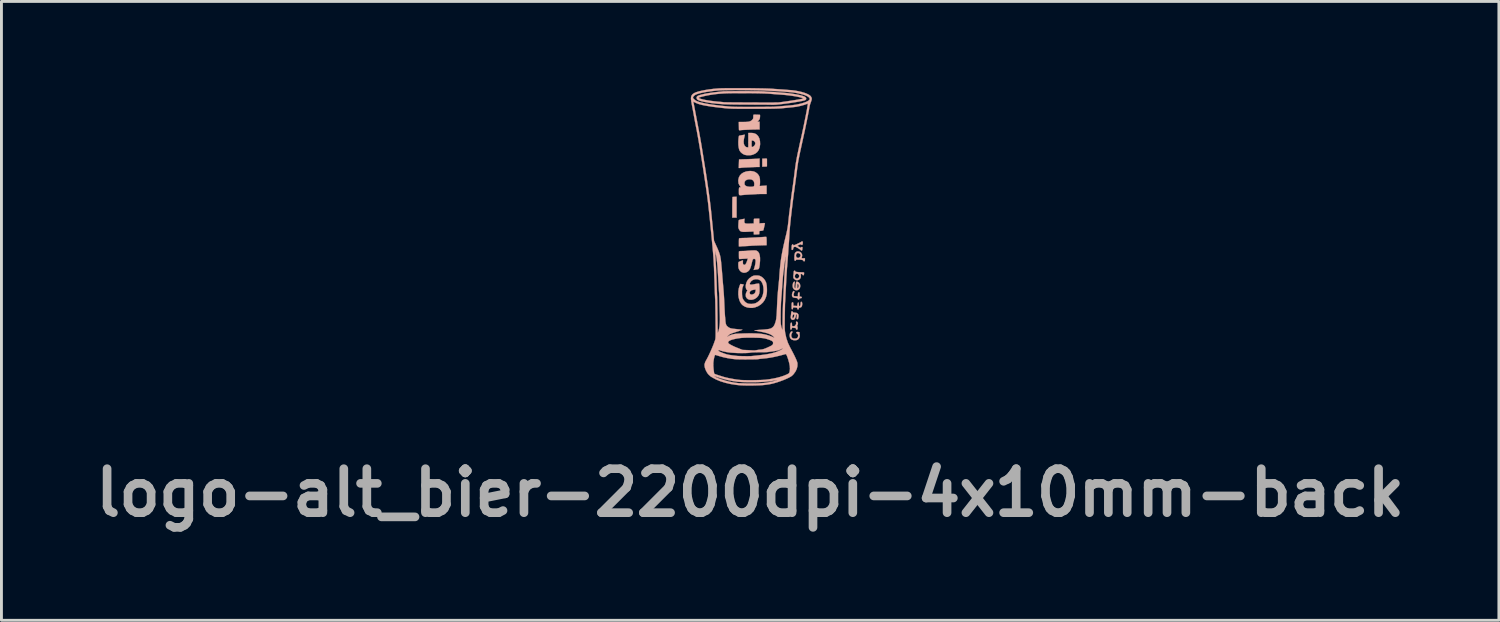
<source format=kicad_pcb>
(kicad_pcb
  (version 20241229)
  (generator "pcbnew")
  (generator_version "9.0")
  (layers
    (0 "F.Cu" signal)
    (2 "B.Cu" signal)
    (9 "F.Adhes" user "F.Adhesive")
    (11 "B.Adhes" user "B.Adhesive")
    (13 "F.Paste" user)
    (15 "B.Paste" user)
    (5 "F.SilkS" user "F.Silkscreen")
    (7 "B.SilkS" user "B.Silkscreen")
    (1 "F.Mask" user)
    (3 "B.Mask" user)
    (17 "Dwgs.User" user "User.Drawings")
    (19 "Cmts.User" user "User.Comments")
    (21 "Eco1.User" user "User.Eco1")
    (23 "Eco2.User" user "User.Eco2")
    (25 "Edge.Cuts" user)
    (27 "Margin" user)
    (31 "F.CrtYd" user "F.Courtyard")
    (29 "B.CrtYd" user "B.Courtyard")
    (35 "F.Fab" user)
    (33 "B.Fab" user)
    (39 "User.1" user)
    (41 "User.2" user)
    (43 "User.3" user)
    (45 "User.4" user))
  (footprint "logo-alt_bier-2200dpi-4x10mm-back"
    (layer "F.Cu")
    (at 22.94 5.148)
    (property "Reference" "logo-alt_bier-2200dpi-4x10mm-back" (at 0 8.875 0) (layer "F.Fab") (effects (font (size 1.524 1.524) (thickness 0.3))))
    (attr through_hole)
    (fp_poly (pts (xy -0.536 -1.379) (xy -0.573 -1.377) (xy -0.601 -1.375) (xy -0.611 -1.375) (xy -0.613 -1.363) (xy -0.615 -1.332) (xy -0.617 -1.283) (xy -0.618 -1.219) (xy -0.619 -1.143) (xy -0.62 -1.058) (xy -0.62 -1.016) (xy -0.62 -0.658) (xy -0.47 -0.658) (xy -0.47 -1.382) (xy -0.536 -1.379)) (stroke (width 0.01) (type solid)) (fill yes) (layer "B.SilkS"))
    (fp_poly (pts (xy 0.5 -2.704) (xy 0.419 -2.7) (xy 0.419 -2.425) (xy 0.5 -2.425) (xy 0.547 -2.426) (xy 0.574 -2.431) (xy 0.581 -2.439) (xy 0.582 -2.462) (xy 0.582 -2.5) (xy 0.582 -2.547) (xy 0.582 -2.595) (xy 0.582 -2.64) (xy 0.582 -2.673) (xy 0.582 -2.69) (xy 0.577 -2.699) (xy 0.561 -2.704) (xy 0.53 -2.705) (xy 0.5 -2.704)) (stroke (width 0.01) (type solid)) (fill yes) (layer "B.SilkS"))
    (fp_poly (pts (xy 0.22 -2.697) (xy 0.175 -2.695) (xy 0.113 -2.692) (xy 0.038 -2.689) (xy -0.043 -2.686) (xy -0.125 -2.683) (xy -0.135 -2.683) (xy -0.208 -2.681) (xy -0.272 -2.679) (xy -0.325 -2.677) (xy -0.363 -2.675) (xy -0.383 -2.675) (xy -0.385 -2.674) (xy -0.386 -2.663) (xy -0.387 -2.633) (xy -0.389 -2.588) (xy -0.391 -2.534) (xy -0.391 -2.526) (xy -0.396 -2.378) (xy -0.359 -2.378) (xy -0.333 -2.38) (xy -0.318 -2.384) (xy -0.318 -2.384) (xy -0.305 -2.386) (xy -0.273 -2.389) (xy -0.227 -2.392) (xy -0.17 -2.395) (xy -0.14 -2.396) (xy -0.074 -2.399) (xy -0.011 -2.402) (xy 0.043 -2.405) (xy 0.082 -2.407) (xy 0.09 -2.407) (xy 0.132 -2.409) (xy 0.185 -2.411) (xy 0.238 -2.412) (xy 0.327 -2.413) (xy 0.327 -2.705) (xy 0.22 -2.697)) (stroke (width 0.01) (type solid)) (fill yes) (layer "B.SilkS"))
    (fp_poly (pts (xy 1.439 3.281) (xy 1.413 3.297) (xy 1.389 3.329) (xy 1.373 3.371) (xy 1.366 3.417) (xy 1.366 3.42) (xy 1.375 3.485) (xy 1.4 3.535) (xy 1.442 3.569) (xy 1.501 3.587) (xy 1.545 3.591) (xy 1.604 3.586) (xy 1.647 3.57) (xy 1.651 3.568) (xy 1.685 3.536) (xy 1.709 3.49) (xy 1.72 3.44) (xy 1.716 3.401) (xy 1.71 3.371) (xy 1.713 3.348) (xy 1.713 3.347) (xy 1.716 3.326) (xy 1.699 3.311) (xy 1.665 3.303) (xy 1.648 3.302) (xy 1.616 3.304) (xy 1.601 3.31) (xy 1.597 3.324) (xy 1.597 3.325) (xy 1.608 3.348) (xy 1.625 3.359) (xy 1.649 3.38) (xy 1.662 3.412) (xy 1.661 3.45) (xy 1.649 3.486) (xy 1.626 3.514) (xy 1.617 3.519) (xy 1.567 3.534) (xy 1.516 3.534) (xy 1.471 3.519) (xy 1.452 3.505) (xy 1.43 3.467) (xy 1.423 3.421) (xy 1.431 3.374) (xy 1.448 3.344) (xy 1.463 3.316) (xy 1.464 3.293) (xy 1.451 3.281) (xy 1.439 3.281)) (stroke (width 0.01) (type solid)) (fill yes) (layer "B.SilkS"))
    (fp_poly (pts (xy 1.49 1.895) (xy 1.472 1.922) (xy 1.457 1.96) (xy 1.449 2.004) (xy 1.448 2.022) (xy 1.453 2.066) (xy 1.472 2.095) (xy 1.508 2.113) (xy 1.563 2.122) (xy 1.566 2.122) (xy 1.607 2.126) (xy 1.631 2.131) (xy 1.642 2.14) (xy 1.646 2.152) (xy 1.656 2.172) (xy 1.674 2.181) (xy 1.692 2.179) (xy 1.701 2.163) (xy 1.701 2.16) (xy 1.706 2.144) (xy 1.725 2.136) (xy 1.744 2.134) (xy 1.774 2.129) (xy 1.786 2.118) (xy 1.788 2.107) (xy 1.782 2.09) (xy 1.76 2.082) (xy 1.75 2.08) (xy 1.713 2.077) (xy 1.713 2.002) (xy 1.712 1.962) (xy 1.708 1.939) (xy 1.701 1.93) (xy 1.691 1.928) (xy 1.671 1.934) (xy 1.66 1.955) (xy 1.655 1.993) (xy 1.655 2.016) (xy 1.655 2.067) (xy 1.598 2.067) (xy 1.561 2.065) (xy 1.531 2.062) (xy 1.523 2.06) (xy 1.509 2.043) (xy 1.505 2.011) (xy 1.513 1.969) (xy 1.522 1.943) (xy 1.533 1.909) (xy 1.529 1.89) (xy 1.528 1.889) (xy 1.509 1.882) (xy 1.49 1.895)) (stroke (width 0.01) (type solid)) (fill yes) (layer "B.SilkS"))
    (fp_poly (pts (xy 1.597 1.566) (xy 1.588 1.592) (xy 1.582 1.637) (xy 1.579 1.674) (xy 1.575 1.723) (xy 1.57 1.761) (xy 1.565 1.785) (xy 1.561 1.79) (xy 1.549 1.781) (xy 1.538 1.765) (xy 1.531 1.736) (xy 1.532 1.69) (xy 1.541 1.624) (xy 1.546 1.595) (xy 1.55 1.569) (xy 1.544 1.56) (xy 1.527 1.561) (xy 1.504 1.575) (xy 1.486 1.608) (xy 1.475 1.657) (xy 1.471 1.706) (xy 1.479 1.764) (xy 1.503 1.81) (xy 1.54 1.842) (xy 1.585 1.858) (xy 1.636 1.854) (xy 1.669 1.841) (xy 1.705 1.809) (xy 1.727 1.765) (xy 1.736 1.715) (xy 1.734 1.698) (xy 1.683 1.698) (xy 1.682 1.723) (xy 1.673 1.749) (xy 1.657 1.78) (xy 1.645 1.788) (xy 1.636 1.774) (xy 1.632 1.737) (xy 1.632 1.715) (xy 1.634 1.667) (xy 1.641 1.64) (xy 1.651 1.635) (xy 1.665 1.651) (xy 1.673 1.667) (xy 1.683 1.698) (xy 1.734 1.698) (xy 1.73 1.663) (xy 1.711 1.617) (xy 1.678 1.583) (xy 1.667 1.576) (xy 1.634 1.561) (xy 1.612 1.557) (xy 1.597 1.566)) (stroke (width 0.01) (type solid)) (fill yes) (layer "B.SilkS"))
    (fp_poly (pts (xy 1.591 2.947) (xy 1.587 2.961) (xy 1.591 2.985) (xy 1.593 3.017) (xy 1.584 3.044) (xy 1.568 3.067) (xy 1.545 3.093) (xy 1.524 3.103) (xy 1.495 3.103) (xy 1.453 3.1) (xy 1.449 3.039) (xy 1.446 3.003) (xy 1.439 2.985) (xy 1.427 2.979) (xy 1.425 2.979) (xy 1.41 2.987) (xy 1.399 3.012) (xy 1.392 3.057) (xy 1.39 3.122) (xy 1.389 3.143) (xy 1.39 3.185) (xy 1.393 3.208) (xy 1.4 3.219) (xy 1.412 3.221) (xy 1.413 3.221) (xy 1.432 3.213) (xy 1.443 3.188) (xy 1.443 3.185) (xy 1.45 3.161) (xy 1.464 3.154) (xy 1.485 3.157) (xy 1.523 3.162) (xy 1.552 3.163) (xy 1.576 3.167) (xy 1.585 3.181) (xy 1.586 3.192) (xy 1.591 3.215) (xy 1.607 3.221) (xy 1.629 3.217) (xy 1.636 3.213) (xy 1.642 3.196) (xy 1.643 3.167) (xy 1.641 3.136) (xy 1.636 3.112) (xy 1.63 3.103) (xy 1.624 3.093) (xy 1.635 3.072) (xy 1.635 3.071) (xy 1.652 3.034) (xy 1.655 2.997) (xy 1.644 2.966) (xy 1.622 2.947) (xy 1.605 2.944) (xy 1.591 2.947)) (stroke (width 0.01) (type solid)) (fill yes) (layer "B.SilkS"))
    (fp_poly (pts (xy 0.507 0.009) (xy 0.463 0.012) (xy 0.452 0.013) (xy 0.406 0.016) (xy 0.345 0.02) (xy 0.274 0.024) (xy 0.201 0.028) (xy 0.173 0.029) (xy 0.107 0.032) (xy 0.046 0.035) (xy -0.003 0.038) (xy -0.037 0.04) (xy -0.048 0.041) (xy -0.073 0.043) (xy -0.115 0.045) (xy -0.168 0.046) (xy -0.228 0.047) (xy -0.23 0.047) (xy -0.286 0.049) (xy -0.334 0.052) (xy -0.368 0.055) (xy -0.384 0.06) (xy -0.385 0.06) (xy -0.387 0.075) (xy -0.389 0.109) (xy -0.391 0.155) (xy -0.391 0.206) (xy -0.391 0.341) (xy -0.361 0.342) (xy -0.338 0.341) (xy -0.328 0.34) (xy -0.316 0.338) (xy -0.285 0.335) (xy -0.24 0.333) (xy -0.184 0.33) (xy -0.163 0.329) (xy -0.102 0.326) (xy -0.047 0.322) (xy -0.004 0.32) (xy 0.023 0.317) (xy 0.026 0.317) (xy 0.046 0.315) (xy 0.085 0.313) (xy 0.139 0.311) (xy 0.205 0.308) (xy 0.28 0.306) (xy 0.312 0.304) (xy 0.57 0.297) (xy 0.57 0.155) (xy 0.569 0.087) (xy 0.565 0.04) (xy 0.561 0.014) (xy 0.557 0.009) (xy 0.54 0.008) (xy 0.507 0.009)) (stroke (width 0.01) (type solid)) (fill yes) (layer "B.SilkS"))
    (fp_poly (pts (xy 0.132 -4.227) (xy 0.128 -4.226) (xy 0.117 -4.222) (xy 0.11 -4.208) (xy 0.108 -4.178) (xy 0.108 -4.155) (xy 0.107 -4.114) (xy 0.101 -4.088) (xy 0.087 -4.065) (xy 0.064 -4.041) (xy 0.035 -4.016) (xy 0.000054 -3.998) (xy -0.043 -3.985) (xy -0.099 -3.977) (xy -0.171 -3.973) (xy -0.248 -3.972) (xy -0.395 -3.972) (xy -0.392 -3.853) (xy -0.391 -3.801) (xy -0.39 -3.754) (xy -0.39 -3.721) (xy -0.389 -3.709) (xy -0.383 -3.688) (xy -0.362 -3.683) (xy -0.339 -3.685) (xy -0.33 -3.688) (xy -0.317 -3.69) (xy -0.285 -3.693) (xy -0.237 -3.696) (xy -0.178 -3.699) (xy -0.111 -3.702) (xy -0.039 -3.705) (xy 0.032 -3.708) (xy 0.1 -3.71) (xy 0.16 -3.711) (xy 0.209 -3.712) (xy 0.327 -3.712) (xy 0.327 -3.848) (xy 0.327 -3.983) (xy 0.253 -3.983) (xy 0.283 -4.015) (xy 0.307 -4.044) (xy 0.326 -4.072) (xy 0.327 -4.074) (xy 0.334 -4.098) (xy 0.339 -4.132) (xy 0.342 -4.169) (xy 0.342 -4.201) (xy 0.338 -4.218) (xy 0.337 -4.219) (xy 0.325 -4.221) (xy 0.295 -4.223) (xy 0.255 -4.225) (xy 0.21 -4.226) (xy 0.167 -4.227) (xy 0.132 -4.227)) (stroke (width 0.01) (type solid)) (fill yes) (layer "B.SilkS"))
    (fp_poly (pts (xy 1.436 2.589) (xy 1.428 2.602) (xy 1.423 2.63) (xy 1.42 2.658) (xy 1.415 2.706) (xy 1.409 2.752) (xy 1.406 2.777) (xy 1.407 2.822) (xy 1.424 2.857) (xy 1.451 2.879) (xy 1.484 2.886) (xy 1.518 2.875) (xy 1.538 2.859) (xy 1.564 2.818) (xy 1.581 2.765) (xy 1.586 2.722) (xy 1.587 2.709) (xy 1.527 2.709) (xy 1.525 2.741) (xy 1.525 2.742) (xy 1.517 2.781) (xy 1.503 2.81) (xy 1.488 2.826) (xy 1.473 2.826) (xy 1.463 2.807) (xy 1.461 2.797) (xy 1.463 2.768) (xy 1.473 2.735) (xy 1.489 2.707) (xy 1.506 2.691) (xy 1.511 2.69) (xy 1.523 2.694) (xy 1.527 2.709) (xy 1.587 2.709) (xy 1.589 2.7) (xy 1.6 2.697) (xy 1.604 2.698) (xy 1.616 2.707) (xy 1.619 2.727) (xy 1.616 2.758) (xy 1.611 2.796) (xy 1.607 2.827) (xy 1.606 2.834) (xy 1.611 2.854) (xy 1.628 2.861) (xy 1.646 2.859) (xy 1.658 2.844) (xy 1.666 2.821) (xy 1.677 2.754) (xy 1.672 2.702) (xy 1.648 2.665) (xy 1.606 2.642) (xy 1.546 2.633) (xy 1.533 2.632) (xy 1.5 2.63) (xy 1.484 2.621) (xy 1.478 2.609) (xy 1.463 2.59) (xy 1.449 2.586) (xy 1.436 2.589)) (stroke (width 0.01) (type solid)) (fill yes) (layer "B.SilkS"))
    (fp_poly (pts (xy 1.758 2.261) (xy 1.749 2.287) (xy 1.747 2.316) (xy 1.743 2.365) (xy 1.73 2.398) (xy 1.711 2.413) (xy 1.707 2.413) (xy 1.696 2.405) (xy 1.69 2.38) (xy 1.687 2.347) (xy 1.683 2.307) (xy 1.677 2.286) (xy 1.666 2.28) (xy 1.653 2.29) (xy 1.643 2.321) (xy 1.639 2.341) (xy 1.628 2.403) (xy 1.564 2.399) (xy 1.499 2.396) (xy 1.495 2.335) (xy 1.492 2.299) (xy 1.485 2.28) (xy 1.474 2.275) (xy 1.471 2.274) (xy 1.456 2.278) (xy 1.445 2.29) (xy 1.439 2.314) (xy 1.436 2.354) (xy 1.435 2.414) (xy 1.436 2.463) (xy 1.438 2.493) (xy 1.442 2.51) (xy 1.45 2.516) (xy 1.459 2.517) (xy 1.477 2.51) (xy 1.482 2.489) (xy 1.484 2.467) (xy 1.493 2.456) (xy 1.515 2.452) (xy 1.554 2.454) (xy 1.566 2.456) (xy 1.603 2.46) (xy 1.623 2.467) (xy 1.631 2.479) (xy 1.634 2.492) (xy 1.644 2.519) (xy 1.66 2.526) (xy 1.676 2.514) (xy 1.684 2.494) (xy 1.693 2.469) (xy 1.711 2.46) (xy 1.723 2.459) (xy 1.755 2.451) (xy 1.776 2.436) (xy 1.792 2.407) (xy 1.801 2.366) (xy 1.803 2.322) (xy 1.798 2.285) (xy 1.79 2.27) (xy 1.772 2.255) (xy 1.758 2.261)) (stroke (width 0.01) (type solid)) (fill yes) (layer "B.SilkS"))
    (fp_poly (pts (xy 1.627 0.513) (xy 1.584 0.533) (xy 1.555 0.564) (xy 1.546 0.589) (xy 1.539 0.628) (xy 1.534 0.676) (xy 1.531 0.727) (xy 1.532 0.773) (xy 1.535 0.809) (xy 1.541 0.828) (xy 1.56 0.836) (xy 1.578 0.829) (xy 1.586 0.813) (xy 1.592 0.803) (xy 1.613 0.798) (xy 1.654 0.797) (xy 1.659 0.797) (xy 1.736 0.799) (xy 1.791 0.805) (xy 1.826 0.815) (xy 1.839 0.83) (xy 1.84 0.833) (xy 1.849 0.849) (xy 1.869 0.855) (xy 1.889 0.847) (xy 1.89 0.847) (xy 1.895 0.831) (xy 1.897 0.802) (xy 1.897 0.795) (xy 1.897 0.75) (xy 1.838 0.75) (xy 1.804 0.75) (xy 1.787 0.746) (xy 1.784 0.736) (xy 1.787 0.724) (xy 1.798 0.677) (xy 1.8 0.652) (xy 1.747 0.652) (xy 1.737 0.685) (xy 1.712 0.716) (xy 1.68 0.735) (xy 1.661 0.739) (xy 1.631 0.731) (xy 1.609 0.716) (xy 1.591 0.683) (xy 1.588 0.643) (xy 1.6 0.604) (xy 1.624 0.575) (xy 1.625 0.575) (xy 1.656 0.566) (xy 1.69 0.575) (xy 1.721 0.596) (xy 1.742 0.626) (xy 1.747 0.652) (xy 1.8 0.652) (xy 1.801 0.643) (xy 1.795 0.613) (xy 1.789 0.597) (xy 1.761 0.553) (xy 1.72 0.524) (xy 1.674 0.511) (xy 1.627 0.513)) (stroke (width 0.01) (type solid)) (fill yes) (layer "B.SilkS"))
    (fp_poly (pts (xy 1.521 1.185) (xy 1.512 1.2) (xy 1.508 1.229) (xy 1.507 1.241) (xy 1.504 1.288) (xy 1.499 1.341) (xy 1.497 1.365) (xy 1.495 1.404) (xy 1.498 1.429) (xy 1.509 1.449) (xy 1.531 1.472) (xy 1.577 1.504) (xy 1.626 1.513) (xy 1.678 1.499) (xy 1.697 1.489) (xy 1.735 1.452) (xy 1.755 1.402) (xy 1.755 1.365) (xy 1.701 1.365) (xy 1.692 1.405) (xy 1.669 1.434) (xy 1.638 1.451) (xy 1.604 1.452) (xy 1.572 1.436) (xy 1.568 1.431) (xy 1.55 1.398) (xy 1.548 1.36) (xy 1.559 1.323) (xy 1.582 1.295) (xy 1.613 1.282) (xy 1.62 1.282) (xy 1.653 1.292) (xy 1.682 1.317) (xy 1.699 1.35) (xy 1.701 1.365) (xy 1.755 1.365) (xy 1.755 1.345) (xy 1.751 1.313) (xy 1.754 1.298) (xy 1.766 1.293) (xy 1.777 1.293) (xy 1.804 1.301) (xy 1.813 1.316) (xy 1.827 1.335) (xy 1.84 1.339) (xy 1.855 1.332) (xy 1.864 1.307) (xy 1.866 1.296) (xy 1.868 1.266) (xy 1.867 1.246) (xy 1.866 1.244) (xy 1.853 1.239) (xy 1.824 1.236) (xy 1.8 1.235) (xy 1.757 1.234) (xy 1.702 1.232) (xy 1.651 1.228) (xy 1.606 1.223) (xy 1.579 1.218) (xy 1.566 1.211) (xy 1.562 1.2) (xy 1.562 1.198) (xy 1.556 1.182) (xy 1.536 1.18) (xy 1.521 1.185)) (stroke (width 0.01) (type solid)) (fill yes) (layer "B.SilkS"))
    (fp_poly (pts (xy 1.785 0.166) (xy 1.774 0.177) (xy 1.761 0.187) (xy 1.731 0.203) (xy 1.691 0.223) (xy 1.644 0.245) (xy 1.598 0.266) (xy 1.555 0.284) (xy 1.523 0.296) (xy 1.505 0.3) (xy 1.495 0.291) (xy 1.493 0.283) (xy 1.484 0.269) (xy 1.472 0.266) (xy 1.455 0.274) (xy 1.443 0.301) (xy 1.437 0.347) (xy 1.435 0.401) (xy 1.436 0.437) (xy 1.44 0.455) (xy 1.449 0.461) (xy 1.461 0.46) (xy 1.48 0.452) (xy 1.489 0.432) (xy 1.491 0.414) (xy 1.497 0.383) (xy 1.514 0.365) (xy 1.528 0.358) (xy 1.546 0.352) (xy 1.563 0.352) (xy 1.585 0.36) (xy 1.617 0.376) (xy 1.656 0.399) (xy 1.697 0.424) (xy 1.731 0.447) (xy 1.751 0.464) (xy 1.755 0.469) (xy 1.77 0.483) (xy 1.781 0.485) (xy 1.796 0.479) (xy 1.805 0.457) (xy 1.809 0.432) (xy 1.812 0.398) (xy 1.812 0.374) (xy 1.81 0.368) (xy 1.793 0.358) (xy 1.773 0.363) (xy 1.763 0.375) (xy 1.756 0.383) (xy 1.741 0.381) (xy 1.713 0.367) (xy 1.703 0.362) (xy 1.664 0.339) (xy 1.644 0.324) (xy 1.643 0.312) (xy 1.659 0.301) (xy 1.684 0.29) (xy 1.73 0.272) (xy 1.758 0.266) (xy 1.77 0.273) (xy 1.77 0.277) (xy 1.78 0.287) (xy 1.792 0.289) (xy 1.808 0.282) (xy 1.818 0.259) (xy 1.821 0.243) (xy 1.824 0.21) (xy 1.822 0.183) (xy 1.821 0.18) (xy 1.806 0.164) (xy 1.785 0.166)) (stroke (width 0.01) (type solid)) (fill yes) (layer "B.SilkS"))
    (fp_poly (pts (xy 0.172 -0.622) (xy 0.142 -0.618) (xy 0.13 -0.611) (xy 0.13 -0.609) (xy 0.129 -0.59) (xy 0.128 -0.557) (xy 0.127 -0.525) (xy 0.125 -0.456) (xy -0.017 -0.452) (xy -0.079 -0.451) (xy -0.121 -0.452) (xy -0.149 -0.454) (xy -0.168 -0.459) (xy -0.181 -0.468) (xy -0.183 -0.47) (xy -0.197 -0.486) (xy -0.202 -0.506) (xy -0.201 -0.539) (xy -0.2 -0.555) (xy -0.193 -0.619) (xy -0.291 -0.602) (xy -0.347 -0.59) (xy -0.382 -0.578) (xy -0.395 -0.567) (xy -0.399 -0.548) (xy -0.403 -0.512) (xy -0.406 -0.464) (xy -0.408 -0.427) (xy -0.41 -0.371) (xy -0.41 -0.332) (xy -0.406 -0.303) (xy -0.399 -0.279) (xy -0.387 -0.254) (xy -0.367 -0.221) (xy -0.346 -0.196) (xy -0.319 -0.18) (xy -0.283 -0.17) (xy -0.234 -0.165) (xy -0.169 -0.165) (xy -0.106 -0.168) (xy -0.043 -0.171) (xy 0.014 -0.173) (xy 0.06 -0.175) (xy 0.09 -0.177) (xy 0.096 -0.177) (xy 0.114 -0.176) (xy 0.123 -0.166) (xy 0.126 -0.142) (xy 0.126 -0.127) (xy 0.127 -0.075) (xy 0.172 -0.075) (xy 0.215 -0.076) (xy 0.261 -0.078) (xy 0.266 -0.079) (xy 0.316 -0.082) (xy 0.316 -0.139) (xy 0.317 -0.174) (xy 0.323 -0.192) (xy 0.335 -0.197) (xy 0.336 -0.197) (xy 0.369 -0.199) (xy 0.406 -0.204) (xy 0.437 -0.211) (xy 0.454 -0.217) (xy 0.455 -0.218) (xy 0.46 -0.231) (xy 0.468 -0.261) (xy 0.478 -0.302) (xy 0.488 -0.348) (xy 0.498 -0.393) (xy 0.506 -0.432) (xy 0.511 -0.458) (xy 0.512 -0.465) (xy 0.501 -0.468) (xy 0.473 -0.469) (xy 0.432 -0.468) (xy 0.414 -0.467) (xy 0.316 -0.459) (xy 0.316 -0.623) (xy 0.223 -0.623) (xy 0.172 -0.622)) (stroke (width 0.01) (type solid)) (fill yes) (layer "B.SilkS"))
    (fp_poly (pts (xy -0.028 -3.592) (xy -0.065 -3.591) (xy -0.065 -3.094) (xy -0.099 -3.094) (xy -0.132 -3.101) (xy -0.161 -3.117) (xy -0.198 -3.16) (xy -0.22 -3.217) (xy -0.226 -3.29) (xy -0.217 -3.378) (xy -0.205 -3.435) (xy -0.195 -3.477) (xy -0.188 -3.51) (xy -0.185 -3.528) (xy -0.185 -3.53) (xy -0.197 -3.529) (xy -0.225 -3.525) (xy -0.263 -3.519) (xy -0.304 -3.512) (xy -0.343 -3.505) (xy -0.372 -3.499) (xy -0.385 -3.495) (xy -0.385 -3.495) (xy -0.391 -3.478) (xy -0.398 -3.442) (xy -0.404 -3.395) (xy -0.408 -3.339) (xy -0.411 -3.281) (xy -0.411 -3.274) (xy -0.409 -3.175) (xy -0.398 -3.086) (xy -0.38 -3.013) (xy -0.365 -2.978) (xy -0.329 -2.927) (xy -0.278 -2.882) (xy -0.22 -2.847) (xy -0.188 -2.834) (xy -0.12 -2.821) (xy -0.044 -2.818) (xy 0.032 -2.824) (xy 0.093 -2.839) (xy 0.177 -2.877) (xy 0.244 -2.93) (xy 0.293 -2.997) (xy 0.326 -3.079) (xy 0.342 -3.177) (xy 0.344 -3.204) (xy 0.344 -3.215) (xy 0.177 -3.215) (xy 0.159 -3.171) (xy 0.138 -3.145) (xy 0.109 -3.122) (xy 0.083 -3.108) (xy 0.074 -3.106) (xy 0.063 -3.107) (xy 0.056 -3.114) (xy 0.052 -3.13) (xy 0.05 -3.161) (xy 0.05 -3.209) (xy 0.05 -3.222) (xy 0.05 -3.275) (xy 0.052 -3.309) (xy 0.056 -3.327) (xy 0.062 -3.333) (xy 0.068 -3.332) (xy 0.095 -3.326) (xy 0.103 -3.325) (xy 0.123 -3.317) (xy 0.147 -3.299) (xy 0.149 -3.297) (xy 0.174 -3.258) (xy 0.177 -3.215) (xy 0.344 -3.215) (xy 0.34 -3.309) (xy 0.319 -3.4) (xy 0.281 -3.474) (xy 0.244 -3.518) (xy 0.203 -3.552) (xy 0.156 -3.574) (xy 0.101 -3.588) (xy 0.032 -3.593) (xy -0.028 -3.592)) (stroke (width 0.01) (type solid)) (fill yes) (layer "B.SilkS"))
    (fp_poly (pts (xy -0.036 -2.272) (xy -0.137 -2.257) (xy -0.225 -2.226) (xy -0.297 -2.181) (xy -0.353 -2.123) (xy -0.391 -2.052) (xy -0.41 -1.971) (xy -0.412 -1.934) (xy -0.405 -1.86) (xy -0.382 -1.797) (xy -0.352 -1.752) (xy -0.333 -1.724) (xy -0.331 -1.71) (xy -0.347 -1.706) (xy -0.362 -1.708) (xy -0.374 -1.705) (xy -0.383 -1.693) (xy -0.388 -1.667) (xy -0.391 -1.625) (xy -0.391 -1.563) (xy -0.391 -1.56) (xy -0.391 -1.506) (xy -0.389 -1.469) (xy -0.381 -1.447) (xy -0.364 -1.437) (xy -0.334 -1.435) (xy -0.287 -1.439) (xy -0.244 -1.443) (xy -0.199 -1.447) (xy -0.137 -1.452) (xy -0.067 -1.456) (xy 0.006 -1.46) (xy 0.027 -1.461) (xy 0.09 -1.464) (xy 0.146 -1.467) (xy 0.189 -1.47) (xy 0.217 -1.472) (xy 0.223 -1.473) (xy 0.241 -1.474) (xy 0.276 -1.475) (xy 0.326 -1.476) (xy 0.384 -1.477) (xy 0.405 -1.477) (xy 0.57 -1.478) (xy 0.57 -1.769) (xy 0.325 -1.753) (xy 0.333 -1.778) (xy 0.337 -1.801) (xy 0.339 -1.833) (xy 0.142 -1.833) (xy 0.141 -1.785) (xy 0.134 -1.755) (xy 0.119 -1.739) (xy 0.091 -1.732) (xy 0.057 -1.729) (xy -0.033 -1.729) (xy -0.103 -1.739) (xy -0.152 -1.759) (xy -0.168 -1.772) (xy -0.19 -1.8) (xy -0.198 -1.835) (xy -0.198 -1.852) (xy -0.188 -1.904) (xy -0.159 -1.944) (xy -0.112 -1.971) (xy -0.049 -1.985) (xy -0.019 -1.986) (xy 0.046 -1.978) (xy 0.094 -1.953) (xy 0.126 -1.913) (xy 0.141 -1.858) (xy 0.142 -1.833) (xy 0.339 -1.833) (xy 0.339 -1.84) (xy 0.341 -1.889) (xy 0.341 -1.916) (xy 0.337 -2.001) (xy 0.322 -2.071) (xy 0.295 -2.128) (xy 0.255 -2.177) (xy 0.237 -2.194) (xy 0.177 -2.236) (xy 0.108 -2.262) (xy 0.027 -2.273) (xy -0.036 -2.272)) (stroke (width 0.01) (type solid)) (fill yes) (layer "B.SilkS"))
    (fp_poly (pts (xy 0.083 0.477) (xy 0.039 0.479) (xy -0.016 0.483) (xy -0.063 0.486) (xy -0.097 0.489) (xy -0.112 0.491) (xy -0.113 0.491) (xy -0.126 0.493) (xy -0.158 0.495) (xy -0.203 0.497) (xy -0.254 0.498) (xy -0.313 0.5) (xy -0.352 0.502) (xy -0.376 0.506) (xy -0.387 0.512) (xy -0.389 0.519) (xy -0.39 0.538) (xy -0.39 0.573) (xy -0.39 0.621) (xy -0.39 0.658) (xy -0.389 0.712) (xy -0.388 0.747) (xy -0.384 0.767) (xy -0.378 0.776) (xy -0.369 0.777) (xy -0.369 0.777) (xy -0.35 0.776) (xy -0.313 0.773) (xy -0.264 0.77) (xy -0.215 0.767) (xy -0.08 0.759) (xy -0.108 0.844) (xy -0.125 0.89) (xy -0.144 0.93) (xy -0.162 0.956) (xy -0.163 0.957) (xy -0.185 0.976) (xy -0.204 0.978) (xy -0.221 0.972) (xy -0.238 0.961) (xy -0.248 0.944) (xy -0.252 0.916) (xy -0.252 0.871) (xy -0.251 0.864) (xy -0.249 0.821) (xy -0.322 0.845) (xy -0.36 0.859) (xy -0.39 0.873) (xy -0.403 0.882) (xy -0.408 0.902) (xy -0.411 0.938) (xy -0.411 0.983) (xy -0.409 1.03) (xy -0.405 1.073) (xy -0.4 1.099) (xy -0.376 1.152) (xy -0.338 1.199) (xy -0.296 1.23) (xy -0.234 1.251) (xy -0.171 1.249) (xy -0.115 1.229) (xy -0.074 1.204) (xy -0.04 1.172) (xy -0.012 1.13) (xy 0.013 1.074) (xy 0.035 1.001) (xy 0.055 0.918) (xy 0.066 0.872) (xy 0.077 0.832) (xy 0.086 0.806) (xy 0.107 0.776) (xy 0.134 0.766) (xy 0.164 0.778) (xy 0.168 0.781) (xy 0.18 0.795) (xy 0.186 0.812) (xy 0.188 0.839) (xy 0.186 0.882) (xy 0.185 0.889) (xy 0.178 0.945) (xy 0.165 1.009) (xy 0.15 1.066) (xy 0.121 1.157) (xy 0.146 1.15) (xy 0.172 1.145) (xy 0.21 1.139) (xy 0.233 1.136) (xy 0.262 1.132) (xy 0.283 1.124) (xy 0.298 1.11) (xy 0.309 1.086) (xy 0.317 1.048) (xy 0.326 0.992) (xy 0.33 0.962) (xy 0.342 0.837) (xy 0.342 0.73) (xy 0.33 0.642) (xy 0.307 0.571) (xy 0.272 0.52) (xy 0.227 0.489) (xy 0.204 0.481) (xy 0.175 0.477) (xy 0.137 0.476) (xy 0.083 0.477)) (stroke (width 0.01) (type solid)) (fill yes) (layer "B.SilkS"))
    (fp_poly (pts (xy 0.168 1.346) (xy 0.132 1.351) (xy 0.1 1.361) (xy 0.062 1.379) (xy 0.052 1.385) (xy -0.026 1.44) (xy -0.088 1.509) (xy -0.13 1.591) (xy -0.152 1.68) (xy -0.154 1.732) (xy -0.148 1.782) (xy -0.134 1.823) (xy -0.114 1.848) (xy -0.113 1.849) (xy -0.1 1.859) (xy -0.1 1.871) (xy -0.111 1.891) (xy -0.118 1.902) (xy -0.144 1.956) (xy -0.154 2.017) (xy -0.149 2.076) (xy -0.147 2.083) (xy -0.12 2.131) (xy -0.078 2.166) (xy -0.026 2.185) (xy 0.034 2.19) (xy 0.097 2.181) (xy 0.16 2.157) (xy 0.219 2.117) (xy 0.236 2.102) (xy 0.273 2.06) (xy 0.299 2.016) (xy 0.316 1.963) (xy 0.324 1.899) (xy 0.325 1.869) (xy 0.189 1.869) (xy 0.183 1.907) (xy 0.17 1.941) (xy 0.144 1.973) (xy 0.107 1.995) (xy 0.066 2.007) (xy 0.027 2.006) (xy -0.001 1.991) (xy -0.018 1.96) (xy -0.016 1.925) (xy 0.004 1.891) (xy 0.037 1.865) (xy 0.068 1.854) (xy 0.109 1.844) (xy 0.129 1.841) (xy 0.189 1.833) (xy 0.189 1.869) (xy 0.325 1.869) (xy 0.325 1.819) (xy 0.324 1.774) (xy 0.321 1.72) (xy 0.316 1.674) (xy 0.312 1.641) (xy 0.308 1.627) (xy 0.293 1.625) (xy 0.26 1.627) (xy 0.215 1.634) (xy 0.182 1.64) (xy 0.108 1.655) (xy 0.053 1.662) (xy 0.016 1.662) (xy -0.005 1.655) (xy -0.013 1.64) (xy -0.01 1.617) (xy -0.006 1.606) (xy 0.025 1.554) (xy 0.072 1.514) (xy 0.13 1.487) (xy 0.194 1.475) (xy 0.26 1.478) (xy 0.321 1.499) (xy 0.327 1.502) (xy 0.375 1.541) (xy 0.413 1.598) (xy 0.441 1.669) (xy 0.458 1.75) (xy 0.464 1.837) (xy 0.458 1.927) (xy 0.439 2.016) (xy 0.412 2.091) (xy 0.372 2.157) (xy 0.317 2.22) (xy 0.251 2.272) (xy 0.184 2.308) (xy 0.183 2.308) (xy 0.116 2.325) (xy 0.04 2.332) (xy -0.033 2.328) (xy -0.079 2.319) (xy -0.134 2.292) (xy -0.187 2.248) (xy -0.231 2.193) (xy -0.247 2.166) (xy -0.261 2.135) (xy -0.271 2.103) (xy -0.277 2.064) (xy -0.281 2.012) (xy -0.282 1.983) (xy -0.283 1.896) (xy -0.277 1.824) (xy -0.263 1.761) (xy -0.242 1.706) (xy -0.232 1.678) (xy -0.228 1.66) (xy -0.228 1.658) (xy -0.241 1.654) (xy -0.27 1.649) (xy -0.286 1.646) (xy -0.339 1.639) (xy -0.363 1.694) (xy -0.393 1.789) (xy -0.409 1.894) (xy -0.411 2.002) (xy -0.399 2.108) (xy -0.373 2.204) (xy -0.349 2.26) (xy -0.32 2.31) (xy -0.29 2.348) (xy -0.251 2.383) (xy -0.236 2.394) (xy -0.171 2.431) (xy -0.091 2.456) (xy -0.003 2.468) (xy 0.086 2.467) (xy 0.162 2.453) (xy 0.27 2.413) (xy 0.364 2.354) (xy 0.443 2.28) (xy 0.506 2.19) (xy 0.55 2.087) (xy 0.572 1.996) (xy 0.58 1.924) (xy 0.582 1.843) (xy 0.579 1.76) (xy 0.571 1.681) (xy 0.558 1.614) (xy 0.547 1.58) (xy 0.509 1.506) (xy 0.455 1.441) (xy 0.39 1.389) (xy 0.369 1.377) (xy 0.332 1.36) (xy 0.297 1.351) (xy 0.253 1.346) (xy 0.217 1.346) (xy 0.168 1.346)) (stroke (width 0.01) (type solid)) (fill yes) (layer "B.SilkS"))
    (fp_poly (pts (xy -0.427 -5.04) (xy -0.536 -5.04) (xy -0.637 -5.039) (xy -0.728 -5.038) (xy -0.808 -5.037) (xy -0.873 -5.036) (xy -0.921 -5.035) (xy -0.949 -5.033) (xy -1.109 -5.015) (xy -1.248 -4.999) (xy -1.365 -4.983) (xy -1.462 -4.968) (xy -1.54 -4.955) (xy -1.578 -4.947) (xy -1.665 -4.926) (xy -1.733 -4.908) (xy -1.782 -4.892) (xy -1.817 -4.876) (xy -1.839 -4.859) (xy -1.85 -4.84) (xy -1.855 -4.817) (xy -1.855 -4.809) (xy -1.851 -4.78) (xy -1.836 -4.755) (xy -1.808 -4.734) (xy -1.766 -4.715) (xy -1.707 -4.696) (xy -1.628 -4.677) (xy -1.57 -4.665) (xy -1.503 -4.653) (xy -1.438 -4.641) (xy -1.382 -4.632) (xy -1.339 -4.626) (xy -1.33 -4.625) (xy -1.286 -4.621) (xy -1.229 -4.615) (xy -1.169 -4.608) (xy -1.151 -4.606) (xy -1.089 -4.6) (xy -1.026 -4.595) (xy -0.958 -4.59) (xy -0.885 -4.586) (xy -0.803 -4.583) (xy -0.71 -4.58) (xy -0.606 -4.578) (xy -0.487 -4.576) (xy -0.351 -4.575) (xy -0.197 -4.574) (xy -0.022 -4.573) (xy 0.009 -4.573) (xy 0.137 -4.573) (xy 0.258 -4.572) (xy 0.371 -4.572) (xy 0.474 -4.571) (xy 0.564 -4.571) (xy 0.639 -4.57) (xy 0.698 -4.569) (xy 0.738 -4.568) (xy 0.758 -4.568) (xy 0.759 -4.567) (xy 0.78 -4.567) (xy 0.818 -4.568) (xy 0.868 -4.57) (xy 0.91 -4.573) (xy 0.984 -4.58) (xy 1.07 -4.589) (xy 1.167 -4.601) (xy 1.27 -4.614) (xy 1.376 -4.629) (xy 1.481 -4.645) (xy 1.581 -4.661) (xy 1.673 -4.676) (xy 1.754 -4.691) (xy 1.82 -4.704) (xy 1.866 -4.715) (xy 1.871 -4.716) (xy 1.909 -4.73) (xy 1.929 -4.744) (xy 1.939 -4.764) (xy 1.939 -4.765) (xy 1.94 -4.786) (xy 1.836 -4.786) (xy 1.821 -4.78) (xy 1.8 -4.774) (xy 1.76 -4.766) (xy 1.703 -4.756) (xy 1.633 -4.744) (xy 1.554 -4.731) (xy 1.468 -4.718) (xy 1.379 -4.704) (xy 1.29 -4.69) (xy 1.205 -4.678) (xy 1.126 -4.667) (xy 1.058 -4.658) (xy 1.003 -4.651) (xy 0.979 -4.649) (xy 0.959 -4.648) (xy 0.917 -4.647) (xy 0.857 -4.647) (xy 0.781 -4.646) (xy 0.691 -4.646) (xy 0.589 -4.646) (xy 0.477 -4.646) (xy 0.358 -4.646) (xy 0.233 -4.647) (xy 0.105 -4.647) (xy -0.025 -4.648) (xy -0.153 -4.648) (xy -0.279 -4.649) (xy -0.399 -4.65) (xy -0.512 -4.65) (xy -0.615 -4.651) (xy -0.706 -4.652) (xy -0.784 -4.653) (xy -0.845 -4.654) (xy -0.888 -4.655) (xy -0.911 -4.656) (xy -0.914 -4.656) (xy -0.942 -4.66) (xy -0.985 -4.665) (xy -1.034 -4.669) (xy -1.041 -4.67) (xy -1.151 -4.679) (xy -1.259 -4.691) (xy -1.362 -4.704) (xy -1.459 -4.719) (xy -1.547 -4.734) (xy -1.624 -4.75) (xy -1.688 -4.766) (xy -1.737 -4.781) (xy -1.769 -4.795) (xy -1.781 -4.808) (xy -1.778 -4.815) (xy -1.762 -4.823) (xy -1.727 -4.834) (xy -1.678 -4.847) (xy -1.62 -4.862) (xy -1.556 -4.877) (xy -1.491 -4.89) (xy -1.43 -4.902) (xy -1.376 -4.911) (xy -1.376 -4.911) (xy -1.283 -4.925) (xy -1.198 -4.936) (xy -1.117 -4.945) (xy -1.037 -4.953) (xy -0.955 -4.958) (xy -0.867 -4.963) (xy -0.771 -4.966) (xy -0.663 -4.968) (xy -0.539 -4.969) (xy -0.397 -4.97) (xy -0.331 -4.97) (xy -0.166 -4.97) (xy -0.008 -4.969) (xy 0.14 -4.967) (xy 0.277 -4.965) (xy 0.401 -4.962) (xy 0.509 -4.959) (xy 0.6 -4.955) (xy 0.672 -4.951) (xy 0.714 -4.947) (xy 0.748 -4.943) (xy 0.791 -4.94) (xy 0.846 -4.935) (xy 0.916 -4.93) (xy 1.003 -4.924) (xy 1.089 -4.918) (xy 1.199 -4.909) (xy 1.311 -4.897) (xy 1.422 -4.883) (xy 1.528 -4.867) (xy 1.625 -4.85) (xy 1.709 -4.832) (xy 1.776 -4.814) (xy 1.811 -4.802) (xy 1.833 -4.793) (xy 1.836 -4.786) (xy 1.94 -4.786) (xy 1.941 -4.794) (xy 1.928 -4.819) (xy 1.9 -4.842) (xy 1.853 -4.864) (xy 1.787 -4.886) (xy 1.73 -4.901) (xy 1.645 -4.92) (xy 1.542 -4.938) (xy 1.427 -4.956) (xy 1.306 -4.971) (xy 1.183 -4.983) (xy 1.065 -4.993) (xy 1.037 -4.994) (xy 0.983 -4.998) (xy 0.938 -5.001) (xy 0.906 -5.003) (xy 0.893 -5.005) (xy 0.893 -5.005) (xy 0.88 -5.007) (xy 0.848 -5.009) (xy 0.801 -5.012) (xy 0.744 -5.015) (xy 0.714 -5.016) (xy 0.65 -5.02) (xy 0.594 -5.023) (xy 0.548 -5.026) (xy 0.518 -5.029) (xy 0.512 -5.03) (xy 0.492 -5.032) (xy 0.451 -5.034) (xy 0.392 -5.035) (xy 0.318 -5.037) (xy 0.23 -5.038) (xy 0.132 -5.039) (xy 0.026 -5.039) (xy -0.085 -5.04) (xy -0.2 -5.04) (xy -0.314 -5.04) (xy -0.427 -5.04)) (stroke (width 0.01) (type solid)) (fill yes) (layer "B.SilkS"))
    (fp_poly (pts (xy -0.654 -5.143) (xy -0.77 -5.142) (xy -0.876 -5.141) (xy -0.967 -5.14) (xy -1.042 -5.137) (xy -1.098 -5.135) (xy -1.105 -5.134) (xy -1.259 -5.121) (xy -1.413 -5.102) (xy -1.56 -5.079) (xy -1.694 -5.052) (xy -1.787 -5.029) (xy -1.876 -5.001) (xy -1.945 -4.97) (xy -1.994 -4.936) (xy -2.027 -4.895) (xy -2.046 -4.846) (xy -2.051 -4.788) (xy -2.051 -4.787) (xy -2.049 -4.756) (xy -2.043 -4.707) (xy -2.033 -4.645) (xy -2.021 -4.574) (xy -2.007 -4.499) (xy -2.006 -4.489) (xy -1.99 -4.409) (xy -1.975 -4.33) (xy -1.961 -4.255) (xy -1.95 -4.192) (xy -1.941 -4.145) (xy -1.941 -4.145) (xy -1.933 -4.1) (xy -1.922 -4.038) (xy -1.908 -3.964) (xy -1.892 -3.883) (xy -1.876 -3.8) (xy -1.871 -3.775) (xy -1.849 -3.663) (xy -1.825 -3.531) (xy -1.798 -3.382) (xy -1.77 -3.218) (xy -1.74 -3.042) (xy -1.71 -2.858) (xy -1.679 -2.668) (xy -1.648 -2.474) (xy -1.618 -2.28) (xy -1.589 -2.089) (xy -1.561 -1.903) (xy -1.534 -1.725) (xy -1.51 -1.558) (xy -1.489 -1.404) (xy -1.471 -1.267) (xy -1.469 -1.247) (xy -1.46 -1.179) (xy -1.45 -1.092) (xy -1.439 -0.987) (xy -1.426 -0.869) (xy -1.412 -0.74) (xy -1.398 -0.603) (xy -1.384 -0.461) (xy -1.369 -0.317) (xy -1.355 -0.175) (xy -1.341 -0.037) (xy -1.329 0.093) (xy -1.318 0.213) (xy -1.313 0.266) (xy -1.305 0.344) (xy -1.299 0.419) (xy -1.293 0.485) (xy -1.288 0.538) (xy -1.285 0.575) (xy -1.284 0.583) (xy -1.281 0.621) (xy -1.277 0.673) (xy -1.273 0.73) (xy -1.272 0.75) (xy -1.268 0.812) (xy -1.265 0.877) (xy -1.261 0.935) (xy -1.261 0.947) (xy -1.258 0.991) (xy -1.255 1.051) (xy -1.252 1.119) (xy -1.25 1.19) (xy -1.249 1.206) (xy -1.246 1.283) (xy -1.243 1.366) (xy -1.24 1.446) (xy -1.237 1.514) (xy -1.237 1.518) (xy -1.235 1.576) (xy -1.233 1.65) (xy -1.23 1.733) (xy -1.227 1.819) (xy -1.225 1.888) (xy -1.223 1.961) (xy -1.22 2.029) (xy -1.217 2.088) (xy -1.215 2.132) (xy -1.213 2.158) (xy -1.212 2.159) (xy -1.211 2.178) (xy -1.21 2.218) (xy -1.209 2.276) (xy -1.207 2.351) (xy -1.206 2.44) (xy -1.204 2.541) (xy -1.203 2.651) (xy -1.201 2.77) (xy -1.2 2.857) (xy -1.199 2.998) (xy -1.198 3.117) (xy -1.197 3.216) (xy -1.197 3.299) (xy -1.197 3.367) (xy -1.198 3.421) (xy -1.199 3.464) (xy -1.201 3.498) (xy -1.203 3.524) (xy -1.206 3.546) (xy -1.21 3.563) (xy -1.214 3.58) (xy -1.217 3.591) (xy -1.24 3.656) (xy -1.27 3.735) (xy -1.306 3.824) (xy -1.345 3.916) (xy -1.387 4.009) (xy -1.428 4.097) (xy -1.466 4.175) (xy -1.5 4.239) (xy -1.517 4.269) (xy -1.556 4.341) (xy -1.577 4.407) (xy -1.582 4.472) (xy -1.57 4.54) (xy -1.542 4.618) (xy -1.52 4.664) (xy -1.479 4.733) (xy -1.431 4.79) (xy -1.369 4.842) (xy -1.31 4.881) (xy -1.179 4.951) (xy -1.03 5.012) (xy -0.865 5.063) (xy -0.686 5.105) (xy -0.496 5.135) (xy -0.366 5.149) (xy -0.286 5.154) (xy -0.19 5.157) (xy -0.081 5.159) (xy 0.034 5.159) (xy 0.149 5.157) (xy 0.26 5.154) (xy 0.36 5.15) (xy 0.444 5.144) (xy 0.46 5.142) (xy 0.531 5.134) (xy 0.609 5.123) (xy 0.682 5.112) (xy 0.73 5.103) (xy 0.823 5.08) (xy 0.929 5.049) (xy 1.041 5.011) (xy 1.152 4.97) (xy 1.156 4.968) (xy 0.935 4.968) (xy 0.928 4.974) (xy 0.902 4.983) (xy 0.863 4.995) (xy 0.815 5.008) (xy 0.763 5.021) (xy 0.711 5.033) (xy 0.679 5.039) (xy 0.582 5.056) (xy 0.482 5.069) (xy 0.376 5.078) (xy 0.26 5.084) (xy 0.13 5.086) (xy -0.018 5.086) (xy -0.054 5.086) (xy -0.141 5.084) (xy -0.221 5.082) (xy -0.292 5.08) (xy -0.351 5.079) (xy -0.393 5.077) (xy -0.416 5.075) (xy -0.418 5.075) (xy -0.446 5.071) (xy -0.488 5.065) (xy -0.537 5.058) (xy -0.545 5.057) (xy -0.637 5.041) (xy -0.737 5.019) (xy -0.839 4.993) (xy -0.94 4.963) (xy -1.034 4.932) (xy -1.117 4.9) (xy -1.184 4.87) (xy -1.22 4.849) (xy -1.24 4.836) (xy -1.242 4.831) (xy -1.237 4.832) (xy -1.064 4.891) (xy -0.903 4.939) (xy -0.75 4.977) (xy -0.6 5.006) (xy -0.447 5.026) (xy -0.286 5.039) (xy -0.111 5.045) (xy 0.021 5.046) (xy 0.181 5.045) (xy 0.333 5.039) (xy 0.475 5.031) (xy 0.604 5.02) (xy 0.717 5.006) (xy 0.81 4.99) (xy 0.825 4.987) (xy 0.871 4.978) (xy 0.908 4.971) (xy 0.931 4.968) (xy 0.935 4.968) (xy 1.156 4.968) (xy 1.254 4.927) (xy 1.314 4.899) (xy 1.373 4.869) (xy 1.416 4.844) (xy 1.45 4.819) (xy 1.48 4.791) (xy 1.504 4.765) (xy 1.569 4.676) (xy 1.614 4.582) (xy 1.614 4.58) (xy 1.378 4.58) (xy 1.369 4.663) (xy 1.364 4.684) (xy 1.357 4.709) (xy 1.348 4.727) (xy 1.331 4.743) (xy 1.303 4.759) (xy 1.258 4.781) (xy 1.258 4.781) (xy 1.159 4.822) (xy 1.043 4.86) (xy 0.913 4.894) (xy 0.776 4.922) (xy 0.635 4.945) (xy 0.522 4.958) (xy 0.451 4.963) (xy 0.364 4.967) (xy 0.267 4.97) (xy 0.162 4.973) (xy 0.055 4.974) (xy -0.051 4.974) (xy -0.15 4.973) (xy -0.239 4.971) (xy -0.313 4.968) (xy -0.363 4.964) (xy -0.472 4.951) (xy -0.593 4.931) (xy -0.716 4.908) (xy -0.83 4.883) (xy -0.851 4.877) (xy -0.891 4.867) (xy -0.943 4.852) (xy -1 4.834) (xy -1.06 4.815) (xy -1.118 4.796) (xy -1.17 4.779) (xy -1.21 4.764) (xy -1.235 4.754) (xy -1.241 4.751) (xy -1.247 4.736) (xy -1.253 4.702) (xy -1.259 4.656) (xy -1.266 4.602) (xy -1.271 4.545) (xy -1.275 4.491) (xy -1.277 4.443) (xy -1.277 4.428) (xy -1.275 4.372) (xy -1.269 4.313) (xy -1.26 4.253) (xy -1.249 4.198) (xy -1.237 4.151) (xy -1.225 4.117) (xy -1.213 4.099) (xy -1.208 4.098) (xy -1.19 4.103) (xy -1.156 4.113) (xy -1.111 4.127) (xy -1.065 4.141) (xy -0.931 4.178) (xy -0.787 4.209) (xy -0.643 4.233) (xy -0.516 4.247) (xy -0.471 4.25) (xy -0.411 4.252) (xy -0.338 4.253) (xy -0.256 4.254) (xy -0.169 4.255) (xy -0.08 4.254) (xy 0.006 4.254) (xy 0.087 4.253) (xy 0.158 4.251) (xy 0.216 4.25) (xy 0.257 4.247) (xy 0.275 4.245) (xy 0.308 4.24) (xy 0.35 4.234) (xy 0.367 4.233) (xy 0.404 4.229) (xy 0.455 4.224) (xy 0.513 4.218) (xy 0.552 4.214) (xy 0.689 4.195) (xy 0.842 4.166) (xy 1.011 4.127) (xy 1.191 4.079) (xy 1.228 4.068) (xy 1.241 4.073) (xy 1.257 4.095) (xy 1.276 4.137) (xy 1.299 4.199) (xy 1.319 4.26) (xy 1.353 4.382) (xy 1.372 4.487) (xy 1.378 4.58) (xy 1.614 4.58) (xy 1.637 4.487) (xy 1.639 4.393) (xy 1.638 4.383) (xy 1.628 4.344) (xy 1.607 4.286) (xy 1.574 4.211) (xy 1.531 4.12) (xy 1.477 4.014) (xy 1.414 3.894) (xy 1.403 3.874) (xy 1.135 3.874) (xy 1.125 3.886) (xy 1.098 3.904) (xy 1.059 3.927) (xy 1.012 3.95) (xy 0.961 3.973) (xy 0.927 3.986) (xy 0.85 4.013) (xy 0.768 4.036) (xy 0.678 4.057) (xy 0.576 4.076) (xy 0.46 4.093) (xy 0.327 4.109) (xy 0.206 4.122) (xy 0.152 4.128) (xy 0.105 4.133) (xy 0.07 4.136) (xy 0.056 4.138) (xy 0.029 4.14) (xy -0.017 4.141) (xy -0.076 4.142) (xy -0.144 4.142) (xy -0.216 4.141) (xy -0.287 4.14) (xy -0.352 4.138) (xy -0.407 4.136) (xy -0.447 4.134) (xy -0.458 4.133) (xy -0.512 4.126) (xy -0.57 4.119) (xy -0.602 4.116) (xy -0.651 4.109) (xy -0.708 4.1) (xy -0.757 4.091) (xy -0.809 4.079) (xy -0.866 4.061) (xy -0.925 4.04) (xy -0.982 4.018) (xy -1.033 3.996) (xy -1.073 3.976) (xy -1.098 3.959) (xy -1.105 3.949) (xy -1.096 3.933) (xy -1.074 3.931) (xy -1.06 3.936) (xy -1.033 3.947) (xy -0.989 3.96) (xy -0.934 3.975) (xy -0.875 3.988) (xy -0.817 4) (xy -0.787 4.005) (xy -0.717 4.015) (xy -0.633 4.022) (xy -0.541 4.028) (xy -0.443 4.033) (xy -0.344 4.035) (xy -0.249 4.035) (xy -0.162 4.034) (xy -0.086 4.03) (xy -0.026 4.025) (xy 0.005 4.019) (xy 0.033 4.016) (xy 0.079 4.012) (xy 0.14 4.01) (xy 0.21 4.008) (xy 0.286 4.007) (xy 0.3 4.007) (xy 0.375 4.007) (xy 0.446 4.006) (xy 0.507 4.005) (xy 0.554 4.003) (xy 0.584 4.001) (xy 0.587 4.001) (xy 0.685 3.988) (xy 0.764 3.978) (xy 0.825 3.969) (xy 0.873 3.962) (xy 0.909 3.955) (xy 0.937 3.949) (xy 0.959 3.943) (xy 0.968 3.941) (xy 1.003 3.929) (xy 1.029 3.918) (xy 1.037 3.914) (xy 1.054 3.904) (xy 1.08 3.892) (xy 1.107 3.881) (xy 1.128 3.874) (xy 1.135 3.874) (xy 1.403 3.874) (xy 1.378 3.827) (xy 1.31 3.684) (xy 0.795 3.684) (xy 0.792 3.709) (xy 0.786 3.729) (xy 0.775 3.747) (xy 0.754 3.764) (xy 0.722 3.784) (xy 0.675 3.807) (xy 0.611 3.837) (xy 0.602 3.841) (xy 0.54 3.868) (xy 0.49 3.887) (xy 0.449 3.9) (xy 0.407 3.908) (xy 0.359 3.914) (xy 0.35 3.915) (xy 0.297 3.921) (xy 0.248 3.928) (xy 0.211 3.934) (xy 0.2 3.936) (xy 0.163 3.941) (xy 0.119 3.943) (xy 0.102 3.942) (xy 0.068 3.94) (xy 0.018 3.937) (xy -0.042 3.934) (xy -0.106 3.931) (xy -0.112 3.931) (xy -0.268 3.924) (xy -0.445 3.853) (xy -0.538 3.815) (xy -0.617 3.777) (xy -0.682 3.743) (xy -0.729 3.713) (xy -0.756 3.688) (xy -0.762 3.678) (xy -0.762 3.649) (xy -0.739 3.621) (xy -0.694 3.594) (xy -0.627 3.569) (xy -0.537 3.547) (xy -0.529 3.545) (xy -0.449 3.529) (xy -0.37 3.517) (xy -0.289 3.508) (xy -0.201 3.503) (xy -0.102 3.5) (xy 0.013 3.5) (xy 0.12 3.501) (xy 0.225 3.503) (xy 0.31 3.506) (xy 0.38 3.51) (xy 0.439 3.516) (xy 0.491 3.524) (xy 0.54 3.535) (xy 0.589 3.55) (xy 0.644 3.568) (xy 0.679 3.58) (xy 0.735 3.603) (xy 0.771 3.626) (xy 0.79 3.652) (xy 0.795 3.684) (xy 1.31 3.684) (xy 1.307 3.676) (xy 1.252 3.514) (xy 1.215 3.342) (xy 1.209 3.308) (xy 1.205 3.274) (xy 1.201 3.239) (xy 1.199 3.198) (xy 1.197 3.151) (xy 1.197 3.093) (xy 1.197 3.021) (xy 1.197 2.934) (xy 1.199 2.828) (xy 1.199 2.765) (xy 1.201 2.664) (xy 1.203 2.569) (xy 1.204 2.483) (xy 1.206 2.409) (xy 1.207 2.348) (xy 1.209 2.305) (xy 1.21 2.282) (xy 1.21 2.28) (xy 1.212 2.256) (xy 1.215 2.215) (xy 1.218 2.16) (xy 1.221 2.099) (xy 1.221 2.078) (xy 1.224 2.011) (xy 1.227 1.944) (xy 1.23 1.886) (xy 1.233 1.842) (xy 1.233 1.836) (xy 1.236 1.793) (xy 1.239 1.735) (xy 1.243 1.671) (xy 1.245 1.622) (xy 1.249 1.534) (xy 1.253 1.451) (xy 1.258 1.37) (xy 1.263 1.288) (xy 1.269 1.201) (xy 1.275 1.106) (xy 1.284 1) (xy 1.293 0.88) (xy 1.304 0.742) (xy 1.307 0.704) (xy 1.236 0.704) (xy 1.234 0.727) (xy 1.23 0.76) (xy 1.226 0.805) (xy 1.222 0.849) (xy 1.209 1.026) (xy 1.198 1.18) (xy 1.189 1.314) (xy 1.182 1.427) (xy 1.177 1.521) (xy 1.176 1.541) (xy 1.172 1.63) (xy 1.168 1.714) (xy 1.164 1.8) (xy 1.159 1.896) (xy 1.153 1.997) (xy 1.151 2.027) (xy 1.149 2.062) (xy 1.147 2.104) (xy 1.145 2.155) (xy 1.143 2.219) (xy 1.14 2.296) (xy 1.136 2.39) (xy 1.132 2.504) (xy 1.129 2.592) (xy 1.127 2.662) (xy 1.125 2.747) (xy 1.124 2.839) (xy 1.123 2.932) (xy 1.122 3.002) (xy 1.121 3.239) (xy 1.099 3.182) (xy 1.086 3.142) (xy 1.074 3.09) (xy 1.064 3.038) (xy 1.061 3) (xy 1.059 2.943) (xy 1.057 2.87) (xy 1.057 2.785) (xy 1.058 2.693) (xy 1.059 2.595) (xy 1.061 2.497) (xy 1.064 2.402) (xy 1.067 2.314) (xy 1.071 2.237) (xy 1.076 2.173) (xy 1.076 2.171) (xy 1.082 2.106) (xy 1.088 2.036) (xy 1.093 1.973) (xy 1.094 1.951) (xy 1.104 1.805) (xy 1.113 1.68) (xy 1.121 1.575) (xy 1.128 1.488) (xy 1.133 1.416) (xy 1.138 1.358) (xy 1.143 1.313) (xy 1.147 1.278) (xy 1.147 1.276) (xy 1.165 1.139) (xy 1.18 1.023) (xy 1.192 0.928) (xy 1.203 0.852) (xy 1.212 0.794) (xy 1.219 0.752) (xy 1.224 0.725) (xy 1.228 0.713) (xy 1.234 0.699) (xy 1.236 0.704) (xy 1.307 0.704) (xy 1.314 0.623) (xy 1.317 0.583) (xy 1.321 0.529) (xy 1.324 0.47) (xy 1.326 0.445) (xy 1.329 0.386) (xy 1.333 0.329) (xy 1.336 0.281) (xy 1.337 0.266) (xy 1.344 0.181) (xy 1.35 0.078) (xy 1.357 -0.038) (xy 1.361 -0.11) (xy 1.366 -0.19) (xy 1.374 -0.29) (xy 1.385 -0.407) (xy 1.399 -0.54) (xy 1.414 -0.685) (xy 1.432 -0.839) (xy 1.451 -1) (xy 1.471 -1.165) (xy 1.492 -1.332) (xy 1.514 -1.498) (xy 1.534 -1.639) (xy 1.548 -1.747) (xy 1.564 -1.863) (xy 1.58 -1.982) (xy 1.595 -2.097) (xy 1.609 -2.201) (xy 1.62 -2.286) (xy 1.629 -2.357) (xy 1.638 -2.422) (xy 1.647 -2.484) (xy 1.656 -2.546) (xy 1.667 -2.609) (xy 1.679 -2.675) (xy 1.693 -2.748) (xy 1.709 -2.829) (xy 1.728 -2.92) (xy 1.751 -3.025) (xy 1.777 -3.144) (xy 1.807 -3.281) (xy 1.841 -3.437) (xy 1.851 -3.481) (xy 1.87 -3.569) (xy 1.891 -3.666) (xy 1.913 -3.77) (xy 1.935 -3.877) (xy 1.957 -3.984) (xy 1.978 -4.089) (xy 1.998 -4.189) (xy 2.016 -4.28) (xy 2.031 -4.359) (xy 2.043 -4.423) (xy 2.051 -4.471) (xy 2.054 -4.491) (xy 2.062 -4.531) (xy 2.076 -4.584) (xy 2.079 -4.591) (xy 1.996 -4.591) (xy 1.992 -4.557) (xy 1.983 -4.504) (xy 1.972 -4.435) (xy 1.957 -4.352) (xy 1.939 -4.257) (xy 1.918 -4.152) (xy 1.895 -4.039) (xy 1.871 -3.92) (xy 1.846 -3.798) (xy 1.819 -3.675) (xy 1.793 -3.552) (xy 1.766 -3.431) (xy 1.759 -3.4) (xy 1.736 -3.301) (xy 1.712 -3.193) (xy 1.689 -3.082) (xy 1.666 -2.977) (xy 1.646 -2.884) (xy 1.637 -2.84) (xy 1.621 -2.761) (xy 1.608 -2.69) (xy 1.596 -2.623) (xy 1.584 -2.556) (xy 1.574 -2.485) (xy 1.562 -2.405) (xy 1.55 -2.313) (xy 1.536 -2.205) (xy 1.528 -2.136) (xy 1.514 -2.025) (xy 1.5 -1.921) (xy 1.486 -1.815) (xy 1.47 -1.703) (xy 1.452 -1.577) (xy 1.442 -1.507) (xy 1.431 -1.43) (xy 1.421 -1.351) (xy 1.411 -1.276) (xy 1.403 -1.213) (xy 1.401 -1.189) (xy 1.393 -1.12) (xy 1.384 -1.042) (xy 1.375 -0.968) (xy 1.372 -0.947) (xy 1.365 -0.891) (xy 1.358 -0.844) (xy 1.353 -0.799) (xy 1.347 -0.752) (xy 1.342 -0.699) (xy 1.335 -0.635) (xy 1.327 -0.556) (xy 1.32 -0.496) (xy 1.308 -0.393) (xy 1.294 -0.298) (xy 1.276 -0.202) (xy 1.253 -0.097) (xy 1.241 -0.046) (xy 1.196 0.139) (xy 1.158 0.306) (xy 1.126 0.458) (xy 1.099 0.6) (xy 1.076 0.734) (xy 1.057 0.866) (xy 1.042 0.998) (xy 1.029 1.134) (xy 1.017 1.278) (xy 1.014 1.322) (xy 1.01 1.392) (xy 1.005 1.456) (xy 0.999 1.52) (xy 0.992 1.592) (xy 0.984 1.676) (xy 0.979 1.72) (xy 0.963 1.889) (xy 0.95 2.047) (xy 0.94 2.208) (xy 0.933 2.361) (xy 0.928 2.482) (xy 0.924 2.582) (xy 0.919 2.665) (xy 0.915 2.733) (xy 0.91 2.788) (xy 0.905 2.834) (xy 0.898 2.874) (xy 0.891 2.909) (xy 0.882 2.942) (xy 0.873 2.973) (xy 0.847 3.044) (xy 0.818 3.098) (xy 0.782 3.138) (xy 0.739 3.169) (xy 0.712 3.182) (xy 0.677 3.193) (xy 0.631 3.202) (xy 0.571 3.21) (xy 0.496 3.218) (xy 0.4 3.225) (xy 0.373 3.227) (xy 0.307 3.231) (xy 0.247 3.236) (xy 0.197 3.241) (xy 0.162 3.245) (xy 0.146 3.249) (xy 0.145 3.249) (xy 0.155 3.252) (xy 0.183 3.258) (xy 0.225 3.267) (xy 0.278 3.277) (xy 0.284 3.278) (xy 0.405 3.301) (xy 0.507 3.324) (xy 0.59 3.346) (xy 0.657 3.37) (xy 0.712 3.394) (xy 0.756 3.422) (xy 0.782 3.442) (xy 0.814 3.473) (xy 0.831 3.493) (xy 0.832 3.501) (xy 0.816 3.497) (xy 0.798 3.487) (xy 0.771 3.474) (xy 0.729 3.457) (xy 0.678 3.438) (xy 0.637 3.424) (xy 0.559 3.401) (xy 0.475 3.382) (xy 0.385 3.368) (xy 0.283 3.358) (xy 0.168 3.353) (xy 0.036 3.351) (xy -0.115 3.352) (xy -0.135 3.352) (xy -0.22 3.354) (xy -0.3 3.357) (xy -0.373 3.359) (xy -0.433 3.362) (xy -0.476 3.364) (xy -0.498 3.366) (xy -0.566 3.377) (xy -0.633 3.394) (xy -0.693 3.415) (xy -0.739 3.437) (xy -0.753 3.446) (xy -0.78 3.464) (xy -0.791 3.467) (xy -0.788 3.457) (xy -0.772 3.438) (xy -0.746 3.414) (xy -0.727 3.398) (xy -0.708 3.385) (xy -0.685 3.372) (xy -0.656 3.359) (xy -0.616 3.344) (xy -0.564 3.327) (xy -0.496 3.304) (xy -0.43 3.283) (xy -0.372 3.265) (xy -0.324 3.248) (xy -0.288 3.235) (xy -0.27 3.227) (xy -0.268 3.225) (xy -0.283 3.223) (xy -0.316 3.22) (xy -0.365 3.214) (xy -0.424 3.209) (xy -0.466 3.204) (xy -0.545 3.196) (xy -0.605 3.189) (xy -0.65 3.181) (xy -0.685 3.172) (xy -0.714 3.161) (xy -0.741 3.146) (xy -0.761 3.132) (xy -0.8 3.1) (xy -0.827 3.064) (xy -0.844 3.017) (xy -0.854 2.955) (xy -0.856 2.933) (xy -0.86 2.881) (xy -0.86 2.873) (xy -1.05 2.873) (xy -1.054 2.986) (xy -1.063 3.092) (xy -1.077 3.187) (xy -1.095 3.262) (xy -1.107 3.299) (xy -1.117 3.324) (xy -1.122 3.332) (xy -1.123 3.331) (xy -1.123 3.317) (xy -1.124 3.283) (xy -1.125 3.23) (xy -1.127 3.16) (xy -1.128 3.077) (xy -1.129 2.981) (xy -1.131 2.875) (xy -1.132 2.761) (xy -1.132 2.719) (xy -1.134 2.603) (xy -1.135 2.492) (xy -1.137 2.391) (xy -1.138 2.3) (xy -1.139 2.223) (xy -1.141 2.161) (xy -1.142 2.117) (xy -1.143 2.093) (xy -1.143 2.09) (xy -1.145 2.07) (xy -1.147 2.031) (xy -1.149 1.977) (xy -1.152 1.91) (xy -1.154 1.835) (xy -1.155 1.795) (xy -1.158 1.711) (xy -1.161 1.626) (xy -1.163 1.547) (xy -1.166 1.478) (xy -1.168 1.426) (xy -1.168 1.414) (xy -1.171 1.355) (xy -1.174 1.282) (xy -1.177 1.206) (xy -1.18 1.149) (xy -1.185 1.025) (xy -1.191 0.907) (xy -1.197 0.798) (xy -1.202 0.702) (xy -1.207 0.621) (xy -1.212 0.559) (xy -1.215 0.531) (xy -1.216 0.51) (xy -1.214 0.51) (xy -1.208 0.53) (xy -1.198 0.566) (xy -1.18 0.652) (xy -1.163 0.76) (xy -1.147 0.89) (xy -1.133 1.04) (xy -1.121 1.209) (xy -1.11 1.391) (xy -1.107 1.452) (xy -1.104 1.513) (xy -1.101 1.564) (xy -1.099 1.587) (xy -1.096 1.629) (xy -1.093 1.685) (xy -1.089 1.747) (xy -1.087 1.784) (xy -1.084 1.839) (xy -1.081 1.89) (xy -1.078 1.928) (xy -1.076 1.945) (xy -1.074 1.966) (xy -1.073 2.006) (xy -1.071 2.063) (xy -1.069 2.132) (xy -1.067 2.21) (xy -1.065 2.292) (xy -1.063 2.385) (xy -1.06 2.48) (xy -1.058 2.571) (xy -1.055 2.654) (xy -1.053 2.723) (xy -1.052 2.759) (xy -1.05 2.873) (xy -0.86 2.873) (xy -0.864 2.834) (xy -0.867 2.799) (xy -0.868 2.794) (xy -0.872 2.755) (xy -0.876 2.694) (xy -0.881 2.614) (xy -0.886 2.516) (xy -0.891 2.407) (xy -0.896 2.293) (xy -0.901 2.196) (xy -0.905 2.112) (xy -0.91 2.035) (xy -0.915 1.96) (xy -0.921 1.882) (xy -0.928 1.794) (xy -0.937 1.692) (xy -0.938 1.68) (xy -0.946 1.591) (xy -0.953 1.504) (xy -0.96 1.425) (xy -0.965 1.357) (xy -0.97 1.304) (xy -0.972 1.27) (xy -0.976 1.22) (xy -0.98 1.172) (xy -0.983 1.137) (xy -0.987 1.101) (xy -0.991 1.053) (xy -0.995 1.01) (xy -1.005 0.901) (xy -1.015 0.81) (xy -1.027 0.733) (xy -1.041 0.664) (xy -1.059 0.599) (xy -1.082 0.532) (xy -1.111 0.46) (xy -1.147 0.376) (xy -1.156 0.358) (xy -1.252 0.144) (xy -1.306 -0.409) (xy -1.317 -0.52) (xy -1.328 -0.625) (xy -1.337 -0.721) (xy -1.346 -0.806) (xy -1.353 -0.877) (xy -1.359 -0.932) (xy -1.363 -0.97) (xy -1.365 -0.986) (xy -1.365 -0.986) (xy -1.367 -1.006) (xy -1.372 -1.044) (xy -1.378 -1.095) (xy -1.385 -1.154) (xy -1.387 -1.172) (xy -1.398 -1.261) (xy -1.412 -1.37) (xy -1.429 -1.494) (xy -1.448 -1.631) (xy -1.469 -1.776) (xy -1.491 -1.927) (xy -1.514 -2.08) (xy -1.537 -2.231) (xy -1.56 -2.378) (xy -1.582 -2.515) (xy -1.584 -2.528) (xy -1.598 -2.611) (xy -1.614 -2.71) (xy -1.631 -2.819) (xy -1.649 -2.93) (xy -1.666 -3.037) (xy -1.676 -3.1) (xy -1.693 -3.202) (xy -1.714 -3.32) (xy -1.736 -3.445) (xy -1.759 -3.572) (xy -1.781 -3.691) (xy -1.797 -3.775) (xy -1.817 -3.879) (xy -1.838 -3.991) (xy -1.86 -4.104) (xy -1.88 -4.212) (xy -1.899 -4.31) (xy -1.913 -4.386) (xy -1.927 -4.461) (xy -1.94 -4.529) (xy -1.951 -4.586) (xy -1.96 -4.63) (xy -1.966 -4.656) (xy -1.967 -4.661) (xy -1.97 -4.671) (xy -1.968 -4.674) (xy -1.955 -4.67) (xy -1.929 -4.657) (xy -1.895 -4.64) (xy -1.837 -4.613) (xy -1.765 -4.589) (xy -1.678 -4.565) (xy -1.573 -4.543) (xy -1.451 -4.522) (xy -1.309 -4.5) (xy -1.147 -4.48) (xy -0.989 -4.462) (xy -0.944 -4.457) (xy -0.899 -4.452) (xy -0.891 -4.451) (xy -0.845 -4.446) (xy -0.799 -4.442) (xy -0.749 -4.438) (xy -0.694 -4.436) (xy -0.632 -4.433) (xy -0.56 -4.431) (xy -0.476 -4.43) (xy -0.379 -4.429) (xy -0.265 -4.428) (xy -0.134 -4.428) (xy 0.018 -4.428) (xy 0.073 -4.428) (xy 0.267 -4.428) (xy 0.438 -4.429) (xy 0.589 -4.43) (xy 0.721 -4.432) (xy 0.834 -4.434) (xy 0.931 -4.437) (xy 1.011 -4.44) (xy 1.078 -4.444) (xy 1.131 -4.449) (xy 1.147 -4.451) (xy 1.172 -4.454) (xy 1.215 -4.458) (xy 1.272 -4.464) (xy 1.336 -4.47) (xy 1.374 -4.474) (xy 1.443 -4.481) (xy 1.51 -4.488) (xy 1.569 -4.495) (xy 1.613 -4.501) (xy 1.628 -4.504) (xy 1.681 -4.515) (xy 1.743 -4.529) (xy 1.807 -4.546) (xy 1.867 -4.563) (xy 1.916 -4.579) (xy 1.95 -4.592) (xy 1.951 -4.593) (xy 1.978 -4.603) (xy 1.994 -4.606) (xy 1.995 -4.605) (xy 1.996 -4.591) (xy 2.079 -4.591) (xy 2.095 -4.639) (xy 2.102 -4.658) (xy 2.122 -4.714) (xy 2.132 -4.756) (xy 2.133 -4.777) (xy 2.063 -4.777) (xy 2.06 -4.753) (xy 2.039 -4.725) (xy 1.998 -4.697) (xy 1.939 -4.668) (xy 1.865 -4.64) (xy 1.78 -4.614) (xy 1.684 -4.591) (xy 1.583 -4.571) (xy 1.477 -4.556) (xy 1.47 -4.556) (xy 1.401 -4.548) (xy 1.318 -4.541) (xy 1.227 -4.532) (xy 1.131 -4.524) (xy 1.037 -4.516) (xy 0.948 -4.51) (xy 0.871 -4.504) (xy 0.81 -4.5) (xy 0.789 -4.499) (xy 0.763 -4.499) (xy 0.717 -4.498) (xy 0.652 -4.497) (xy 0.572 -4.497) (xy 0.478 -4.496) (xy 0.373 -4.495) (xy 0.26 -4.495) (xy 0.141 -4.494) (xy 0.085 -4.494) (xy -0.077 -4.494) (xy -0.218 -4.494) (xy -0.34 -4.495) (xy -0.445 -4.496) (xy -0.535 -4.498) (xy -0.612 -4.501) (xy -0.677 -4.505) (xy -0.734 -4.509) (xy -0.735 -4.509) (xy -0.934 -4.527) (xy -1.118 -4.548) (xy -1.285 -4.569) (xy -1.435 -4.592) (xy -1.567 -4.616) (xy -1.679 -4.641) (xy -1.77 -4.666) (xy -1.84 -4.692) (xy -1.858 -4.7) (xy -1.899 -4.725) (xy -1.936 -4.754) (xy -1.965 -4.783) (xy -1.981 -4.807) (xy -1.982 -4.814) (xy -1.972 -4.844) (xy -1.947 -4.876) (xy -1.911 -4.906) (xy -1.891 -4.917) (xy -1.828 -4.943) (xy -1.741 -4.968) (xy -1.631 -4.992) (xy -1.499 -5.016) (xy -1.345 -5.038) (xy -1.243 -5.051) (xy -1.162 -5.059) (xy -1.066 -5.066) (xy -0.954 -5.071) (xy -0.825 -5.074) (xy -0.678 -5.076) (xy -0.512 -5.077) (xy -0.324 -5.076) (xy -0.213 -5.075) (xy -0.095 -5.073) (xy 0.018 -5.072) (xy 0.124 -5.07) (xy 0.22 -5.068) (xy 0.304 -5.067) (xy 0.373 -5.066) (xy 0.425 -5.064) (xy 0.456 -5.063) (xy 0.46 -5.063) (xy 0.502 -5.061) (xy 0.56 -5.058) (xy 0.627 -5.055) (xy 0.696 -5.052) (xy 0.708 -5.051) (xy 0.772 -5.048) (xy 0.832 -5.045) (xy 0.882 -5.042) (xy 0.916 -5.04) (xy 0.922 -5.039) (xy 0.954 -5.037) (xy 1.001 -5.033) (xy 1.055 -5.03) (xy 1.083 -5.028) (xy 1.176 -5.022) (xy 1.284 -5.013) (xy 1.401 -5.002) (xy 1.497 -4.993) (xy 1.546 -4.986) (xy 1.61 -4.974) (xy 1.681 -4.959) (xy 1.753 -4.942) (xy 1.819 -4.926) (xy 1.87 -4.91) (xy 1.878 -4.908) (xy 1.954 -4.877) (xy 2.011 -4.844) (xy 2.048 -4.81) (xy 2.063 -4.777) (xy 2.133 -4.777) (xy 2.133 -4.79) (xy 2.123 -4.821) (xy 2.104 -4.856) (xy 2.073 -4.89) (xy 2.021 -4.923) (xy 1.952 -4.956) (xy 1.868 -4.987) (xy 1.773 -5.014) (xy 1.669 -5.038) (xy 1.559 -5.058) (xy 1.446 -5.072) (xy 1.424 -5.074) (xy 1.28 -5.085) (xy 1.157 -5.095) (xy 1.051 -5.102) (xy 0.961 -5.108) (xy 0.951 -5.109) (xy 0.895 -5.113) (xy 0.844 -5.116) (xy 0.805 -5.119) (xy 0.789 -5.121) (xy 0.747 -5.124) (xy 0.685 -5.127) (xy 0.605 -5.13) (xy 0.508 -5.133) (xy 0.399 -5.135) (xy 0.279 -5.137) (xy 0.151 -5.139) (xy 0.017 -5.141) (xy -0.121 -5.142) (xy -0.259 -5.143) (xy -0.395 -5.143) (xy -0.528 -5.143) (xy -0.654 -5.143)) (stroke (width 0.01) (type solid)) (fill yes) (layer "B.SilkS")))
  (gr_rect
    (start -3 -3)
    (end 48.88 18.441)
    (stroke (width 0.1) (type default))
    (fill no)
    (layer "Edge.Cuts")))
</source>
